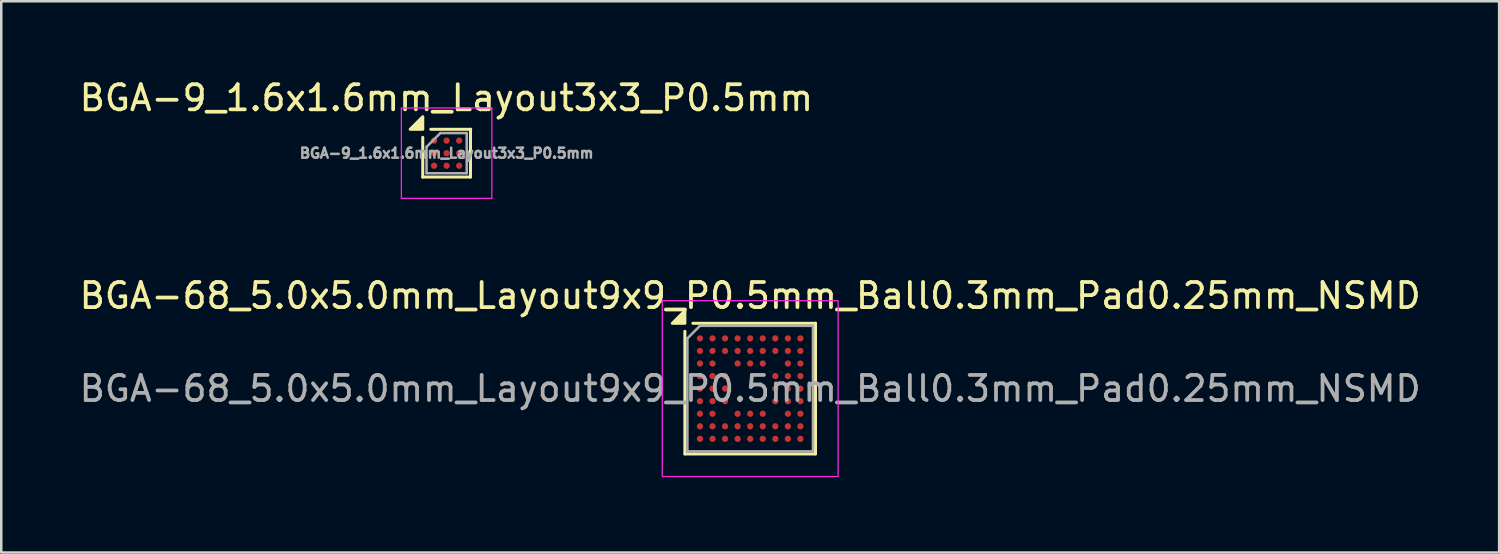
<source format=kicad_pcb>
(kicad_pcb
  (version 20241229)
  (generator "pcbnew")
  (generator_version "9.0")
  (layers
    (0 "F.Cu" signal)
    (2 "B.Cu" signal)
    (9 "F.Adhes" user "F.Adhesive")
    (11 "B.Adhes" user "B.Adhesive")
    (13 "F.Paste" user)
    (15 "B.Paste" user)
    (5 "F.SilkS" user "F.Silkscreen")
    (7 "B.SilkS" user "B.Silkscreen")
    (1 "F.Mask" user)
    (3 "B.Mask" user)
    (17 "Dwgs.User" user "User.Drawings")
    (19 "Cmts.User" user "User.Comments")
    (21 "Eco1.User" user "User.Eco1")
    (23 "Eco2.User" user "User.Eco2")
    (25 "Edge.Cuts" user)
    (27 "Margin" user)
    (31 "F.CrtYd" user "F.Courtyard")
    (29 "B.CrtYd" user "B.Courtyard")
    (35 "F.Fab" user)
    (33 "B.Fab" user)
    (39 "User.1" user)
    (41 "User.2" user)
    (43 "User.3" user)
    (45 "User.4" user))
  (footprint "BGA-9_1.6x1.6mm_Layout3x3_P0.5mm"
    (layer "F.Cu")
    (at 14.73 3.048)
    (property "Reference" "BGA-9_1.6x1.6mm_Layout3x3_P0.5mm" (at -0.01 -2.2 0) (layer "F.SilkS") (effects (font (size 1 1) (thickness 0.15))))
    (attr smd)
    (fp_line (start -0.95 -0.63) (end -0.95 0.95) (stroke (width 0.12) (type solid)) (layer "F.SilkS"))
    (fp_line (start -0.95 0.95) (end 0.95 0.95) (stroke (width 0.12) (type solid)) (layer "F.SilkS"))
    (fp_line (start 0.95 0.95) (end 0.95 -0.95) (stroke (width 0.12) (type solid)) (layer "F.SilkS"))
    (fp_line (start 0.96 -0.95) (end -0.63 -0.95) (stroke (width 0.12) (type solid)) (layer "F.SilkS"))
    (fp_poly (pts (xy -0.95 -0.95) (xy -1.45 -0.95) (xy -0.95 -1.45) (xy -0.95 -0.95)) (stroke (width 0.12) (type solid)) (fill yes) (layer "F.SilkS"))
    (fp_line (start -1.8 -1.8) (end -1.8 1.8) (stroke (width 0.05) (type solid)) (layer "F.CrtYd"))
    (fp_line (start -1.8 -1.8) (end 1.8 -1.8) (stroke (width 0.05) (type solid)) (layer "F.CrtYd"))
    (fp_line (start 1.8 1.8) (end -1.8 1.8) (stroke (width 0.05) (type solid)) (layer "F.CrtYd"))
    (fp_line (start 1.8 1.8) (end 1.8 -1.8) (stroke (width 0.05) (type solid)) (layer "F.CrtYd"))
    (fp_line (start -0.8 -0.25) (end -0.25 -0.8) (stroke (width 0.1) (type solid)) (layer "F.Fab"))
    (fp_line (start -0.8 0.8) (end -0.8 -0.25) (stroke (width 0.1) (type solid)) (layer "F.Fab"))
    (fp_line (start -0.25 -0.8) (end 0.8 -0.8) (stroke (width 0.1) (type solid)) (layer "F.Fab"))
    (fp_line (start 0.8 -0.8) (end 0.8 0.8) (stroke (width 0.1) (type solid)) (layer "F.Fab"))
    (fp_line (start 0.8 0.8) (end -0.8 0.8) (stroke (width 0.1) (type solid)) (layer "F.Fab"))
    (fp_text user "${REFERENCE}" (at 0 0 0) (layer "F.Fab") (effects (font (size 0.4 0.4) (thickness 0.1))))
    (pad "A1" smd circle (at -0.5 -0.5) (size 0.25 0.25) (property pad_prop_bga) (layers "F.Cu" "F.Mask" "F.Paste"))
    (pad "A2" smd circle (at 0 -0.5) (size 0.25 0.25) (property pad_prop_bga) (layers "F.Cu" "F.Mask" "F.Paste"))
    (pad "A3" smd circle (at 0.5 -0.5) (size 0.25 0.25) (property pad_prop_bga) (layers "F.Cu" "F.Mask" "F.Paste"))
    (pad "B1" smd circle (at -0.5 0) (size 0.25 0.25) (property pad_prop_bga) (layers "F.Cu" "F.Mask" "F.Paste"))
    (pad "B2" smd circle (at 0 0) (size 0.25 0.25) (property pad_prop_bga) (layers "F.Cu" "F.Mask" "F.Paste"))
    (pad "B3" smd circle (at 0.5 0) (size 0.25 0.25) (property pad_prop_bga) (layers "F.Cu" "F.Mask" "F.Paste"))
    (pad "C1" smd circle (at -0.5 0.5) (size 0.25 0.25) (property pad_prop_bga) (layers "F.Cu" "F.Mask" "F.Paste"))
    (pad "C2" smd circle (at 0 0.5) (size 0.25 0.25) (property pad_prop_bga) (layers "F.Cu" "F.Mask" "F.Paste"))
    (pad "C3" smd circle (at 0.5 0.5) (size 0.25 0.25) (property pad_prop_bga) (layers "F.Cu" "F.Mask" "F.Paste")))
  (footprint "BGA-68_5.0x5.0mm_Layout9x9_P0.5mm_Ball0.3mm_Pad0.25mm_NSMD"
    (layer "F.Cu")
    (at 26.815 12.421)
    (property "Reference" "BGA-68_5.0x5.0mm_Layout9x9_P0.5mm_Ball0.3mm_Pad0.25mm_NSMD" (at 0 -3.7 0) (layer "F.SilkS") (effects (font (size 1 1) (thickness 0.15))))
    (attr smd)
    (fp_line (start -2.6 -2.28) (end -2.6 2.6) (stroke (width 0.12) (type solid)) (layer "F.SilkS"))
    (fp_line (start -2.6 2.6) (end 2.6 2.6) (stroke (width 0.12) (type solid)) (layer "F.SilkS"))
    (fp_line (start 2.6 -2.6) (end -2.28 -2.6) (stroke (width 0.12) (type solid)) (layer "F.SilkS"))
    (fp_line (start 2.6 2.6) (end 2.6 -2.6) (stroke (width 0.12) (type solid)) (layer "F.SilkS"))
    (fp_poly (pts (xy -2.6 -2.6) (xy -3.1 -2.6) (xy -2.6 -3.1) (xy -2.6 -2.6)) (stroke (width 0.12) (type solid)) (fill yes) (layer "F.SilkS"))
    (fp_rect (start 3.5 3.5) (end -3.5 -3.5) (stroke (width 0.05) (type solid)) (fill no) (layer "F.CrtYd"))
    (fp_line (start -2.5 -2) (end -2.5 2.5) (stroke (width 0.1) (type solid)) (layer "F.Fab"))
    (fp_line (start -2.5 2.5) (end 2.5 2.5) (stroke (width 0.1) (type solid)) (layer "F.Fab"))
    (fp_line (start -2 -2.5) (end -2.5 -2) (stroke (width 0.1) (type solid)) (layer "F.Fab"))
    (fp_line (start 2.5 -2.5) (end -2 -2.5) (stroke (width 0.1) (type solid)) (layer "F.Fab"))
    (fp_line (start 2.5 2.5) (end 2.5 -2.5) (stroke (width 0.1) (type solid)) (layer "F.Fab"))
    (fp_text user "${REFERENCE}" (at 0 0 0) (layer "F.Fab") (effects (font (size 1 1) (thickness 0.15))))
    (pad "A1" smd circle (at -2 -2) (size 0.25 0.25) (property pad_prop_bga) (layers "F.Cu" "F.Mask" "F.Paste"))
    (pad "A2" smd circle (at -1.5 -2) (size 0.25 0.25) (property pad_prop_bga) (layers "F.Cu" "F.Mask" "F.Paste"))
    (pad "A3" smd circle (at -1 -2) (size 0.25 0.25) (property pad_prop_bga) (layers "F.Cu" "F.Mask" "F.Paste"))
    (pad "A4" smd circle (at -0.5 -2) (size 0.25 0.25) (property pad_prop_bga) (layers "F.Cu" "F.Mask" "F.Paste"))
    (pad "A5" smd circle (at 0 -2) (size 0.25 0.25) (property pad_prop_bga) (layers "F.Cu" "F.Mask" "F.Paste"))
    (pad "A6" smd circle (at 0.5 -2) (size 0.25 0.25) (property pad_prop_bga) (layers "F.Cu" "F.Mask" "F.Paste"))
    (pad "A7" smd circle (at 1 -2) (size 0.25 0.25) (property pad_prop_bga) (layers "F.Cu" "F.Mask" "F.Paste"))
    (pad "A8" smd circle (at 1.5 -2) (size 0.25 0.25) (property pad_prop_bga) (layers "F.Cu" "F.Mask" "F.Paste"))
    (pad "A9" smd circle (at 2 -2) (size 0.25 0.25) (property pad_prop_bga) (layers "F.Cu" "F.Mask" "F.Paste"))
    (pad "B1" smd circle (at -2 -1.5) (size 0.25 0.25) (property pad_prop_bga) (layers "F.Cu" "F.Mask" "F.Paste"))
    (pad "B2" smd circle (at -1.5 -1.5) (size 0.25 0.25) (property pad_prop_bga) (layers "F.Cu" "F.Mask" "F.Paste"))
    (pad "B3" smd circle (at -1 -1.5) (size 0.25 0.25) (property pad_prop_bga) (layers "F.Cu" "F.Mask" "F.Paste"))
    (pad "B4" smd circle (at -0.5 -1.5) (size 0.25 0.25) (property pad_prop_bga) (layers "F.Cu" "F.Mask" "F.Paste"))
    (pad "B5" smd circle (at 0 -1.5) (size 0.25 0.25) (property pad_prop_bga) (layers "F.Cu" "F.Mask" "F.Paste"))
    (pad "B6" smd circle (at 0.5 -1.5) (size 0.25 0.25) (property pad_prop_bga) (layers "F.Cu" "F.Mask" "F.Paste"))
    (pad "B7" smd circle (at 1 -1.5) (size 0.25 0.25) (property pad_prop_bga) (layers "F.Cu" "F.Mask" "F.Paste"))
    (pad "B8" smd circle (at 1.5 -1.5) (size 0.25 0.25) (property pad_prop_bga) (layers "F.Cu" "F.Mask" "F.Paste"))
    (pad "B9" smd circle (at 2 -1.5) (size 0.25 0.25) (property pad_prop_bga) (layers "F.Cu" "F.Mask" "F.Paste"))
    (pad "C1" smd circle (at -2 -1) (size 0.25 0.25) (property pad_prop_bga) (layers "F.Cu" "F.Mask" "F.Paste"))
    (pad "C2" smd circle (at -1.5 -1) (size 0.25 0.25) (property pad_prop_bga) (layers "F.Cu" "F.Mask" "F.Paste"))
    (pad "C4" smd circle (at -0.5 -1) (size 0.25 0.25) (property pad_prop_bga) (layers "F.Cu" "F.Mask" "F.Paste"))
    (pad "C5" smd circle (at 0 -1) (size 0.25 0.25) (property pad_prop_bga) (layers "F.Cu" "F.Mask" "F.Paste"))
    (pad "C6" smd circle (at 0.5 -1) (size 0.25 0.25) (property pad_prop_bga) (layers "F.Cu" "F.Mask" "F.Paste"))
    (pad "C8" smd circle (at 1.5 -1) (size 0.25 0.25) (property pad_prop_bga) (layers "F.Cu" "F.Mask" "F.Paste"))
    (pad "C9" smd circle (at 2 -1) (size 0.25 0.25) (property pad_prop_bga) (layers "F.Cu" "F.Mask" "F.Paste"))
    (pad "D1" smd circle (at -2 -0.5) (size 0.25 0.25) (property pad_prop_bga) (layers "F.Cu" "F.Mask" "F.Paste"))
    (pad "D2" smd circle (at -1.5 -0.5) (size 0.25 0.25) (property pad_prop_bga) (layers "F.Cu" "F.Mask" "F.Paste"))
    (pad "D3" smd circle (at -1 -0.5) (size 0.25 0.25) (property pad_prop_bga) (layers "F.Cu" "F.Mask" "F.Paste"))
    (pad "D7" smd circle (at 1 -0.5) (size 0.25 0.25) (property pad_prop_bga) (layers "F.Cu" "F.Mask" "F.Paste"))
    (pad "D8" smd circle (at 1.5 -0.5) (size 0.25 0.25) (property pad_prop_bga) (layers "F.Cu" "F.Mask" "F.Paste"))
    (pad "D9" smd circle (at 2 -0.5) (size 0.25 0.25) (property pad_prop_bga) (layers "F.Cu" "F.Mask" "F.Paste"))
    (pad "E1" smd circle (at -2 0) (size 0.25 0.25) (property pad_prop_bga) (layers "F.Cu" "F.Mask" "F.Paste"))
    (pad "E2" smd circle (at -1.5 0) (size 0.25 0.25) (property pad_prop_bga) (layers "F.Cu" "F.Mask" "F.Paste"))
    (pad "E3" smd circle (at -1 0) (size 0.25 0.25) (property pad_prop_bga) (layers "F.Cu" "F.Mask" "F.Paste"))
    (pad "E7" smd circle (at 1 0) (size 0.25 0.25) (property pad_prop_bga) (layers "F.Cu" "F.Mask" "F.Paste"))
    (pad "E8" smd circle (at 1.5 0) (size 0.25 0.25) (property pad_prop_bga) (layers "F.Cu" "F.Mask" "F.Paste"))
    (pad "E9" smd circle (at 2 0) (size 0.25 0.25) (property pad_prop_bga) (layers "F.Cu" "F.Mask" "F.Paste"))
    (pad "F1" smd circle (at -2 0.5) (size 0.25 0.25) (property pad_prop_bga) (layers "F.Cu" "F.Mask" "F.Paste"))
    (pad "F2" smd circle (at -1.5 0.5) (size 0.25 0.25) (property pad_prop_bga) (layers "F.Cu" "F.Mask" "F.Paste"))
    (pad "F3" smd circle (at -1 0.5) (size 0.25 0.25) (property pad_prop_bga) (layers "F.Cu" "F.Mask" "F.Paste"))
    (pad "F7" smd circle (at 1 0.5) (size 0.25 0.25) (property pad_prop_bga) (layers "F.Cu" "F.Mask" "F.Paste"))
    (pad "F8" smd circle (at 1.5 0.5) (size 0.25 0.25) (property pad_prop_bga) (layers "F.Cu" "F.Mask" "F.Paste"))
    (pad "F9" smd circle (at 2 0.5) (size 0.25 0.25) (property pad_prop_bga) (layers "F.Cu" "F.Mask" "F.Paste"))
    (pad "G1" smd circle (at -2 1) (size 0.25 0.25) (property pad_prop_bga) (layers "F.Cu" "F.Mask" "F.Paste"))
    (pad "G2" smd circle (at -1.5 1) (size 0.25 0.25) (property pad_prop_bga) (layers "F.Cu" "F.Mask" "F.Paste"))
    (pad "G4" smd circle (at -0.5 1) (size 0.25 0.25) (property pad_prop_bga) (layers "F.Cu" "F.Mask" "F.Paste"))
    (pad "G5" smd circle (at 0 1) (size 0.25 0.25) (property pad_prop_bga) (layers "F.Cu" "F.Mask" "F.Paste"))
    (pad "G6" smd circle (at 0.5 1) (size 0.25 0.25) (property pad_prop_bga) (layers "F.Cu" "F.Mask" "F.Paste"))
    (pad "G8" smd circle (at 1.5 1) (size 0.25 0.25) (property pad_prop_bga) (layers "F.Cu" "F.Mask" "F.Paste"))
    (pad "G9" smd circle (at 2 1) (size 0.25 0.25) (property pad_prop_bga) (layers "F.Cu" "F.Mask" "F.Paste"))
    (pad "H1" smd circle (at -2 1.5) (size 0.25 0.25) (property pad_prop_bga) (layers "F.Cu" "F.Mask" "F.Paste"))
    (pad "H2" smd circle (at -1.5 1.5) (size 0.25 0.25) (property pad_prop_bga) (layers "F.Cu" "F.Mask" "F.Paste"))
    (pad "H3" smd circle (at -1 1.5) (size 0.25 0.25) (property pad_prop_bga) (layers "F.Cu" "F.Mask" "F.Paste"))
    (pad "H4" smd circle (at -0.5 1.5) (size 0.25 0.25) (property pad_prop_bga) (layers "F.Cu" "F.Mask" "F.Paste"))
    (pad "H5" smd circle (at 0 1.5) (size 0.25 0.25) (property pad_prop_bga) (layers "F.Cu" "F.Mask" "F.Paste"))
    (pad "H6" smd circle (at 0.5 1.5) (size 0.25 0.25) (property pad_prop_bga) (layers "F.Cu" "F.Mask" "F.Paste"))
    (pad "H7" smd circle (at 1 1.5) (size 0.25 0.25) (property pad_prop_bga) (layers "F.Cu" "F.Mask" "F.Paste"))
    (pad "H8" smd circle (at 1.5 1.5) (size 0.25 0.25) (property pad_prop_bga) (layers "F.Cu" "F.Mask" "F.Paste"))
    (pad "H9" smd circle (at 2 1.5) (size 0.25 0.25) (property pad_prop_bga) (layers "F.Cu" "F.Mask" "F.Paste"))
    (pad "J1" smd circle (at -2 2) (size 0.25 0.25) (property pad_prop_bga) (layers "F.Cu" "F.Mask" "F.Paste"))
    (pad "J2" smd circle (at -1.5 2) (size 0.25 0.25) (property pad_prop_bga) (layers "F.Cu" "F.Mask" "F.Paste"))
    (pad "J3" smd circle (at -1 2) (size 0.25 0.25) (property pad_prop_bga) (layers "F.Cu" "F.Mask" "F.Paste"))
    (pad "J4" smd circle (at -0.5 2) (size 0.25 0.25) (property pad_prop_bga) (layers "F.Cu" "F.Mask" "F.Paste"))
    (pad "J5" smd circle (at 0 2) (size 0.25 0.25) (property pad_prop_bga) (layers "F.Cu" "F.Mask" "F.Paste"))
    (pad "J6" smd circle (at 0.5 2) (size 0.25 0.25) (property pad_prop_bga) (layers "F.Cu" "F.Mask" "F.Paste"))
    (pad "J7" smd circle (at 1 2) (size 0.25 0.25) (property pad_prop_bga) (layers "F.Cu" "F.Mask" "F.Paste"))
    (pad "J8" smd circle (at 1.5 2) (size 0.25 0.25) (property pad_prop_bga) (layers "F.Cu" "F.Mask" "F.Paste"))
    (pad "J9" smd circle (at 2 2) (size 0.25 0.25) (property pad_prop_bga) (layers "F.Cu" "F.Mask" "F.Paste")))
  (gr_rect
    (start -3 -3)
    (end 56.631 18.947)
    (stroke (width 0.1) (type default))
    (fill no)
    (layer "Edge.Cuts")))
</source>
